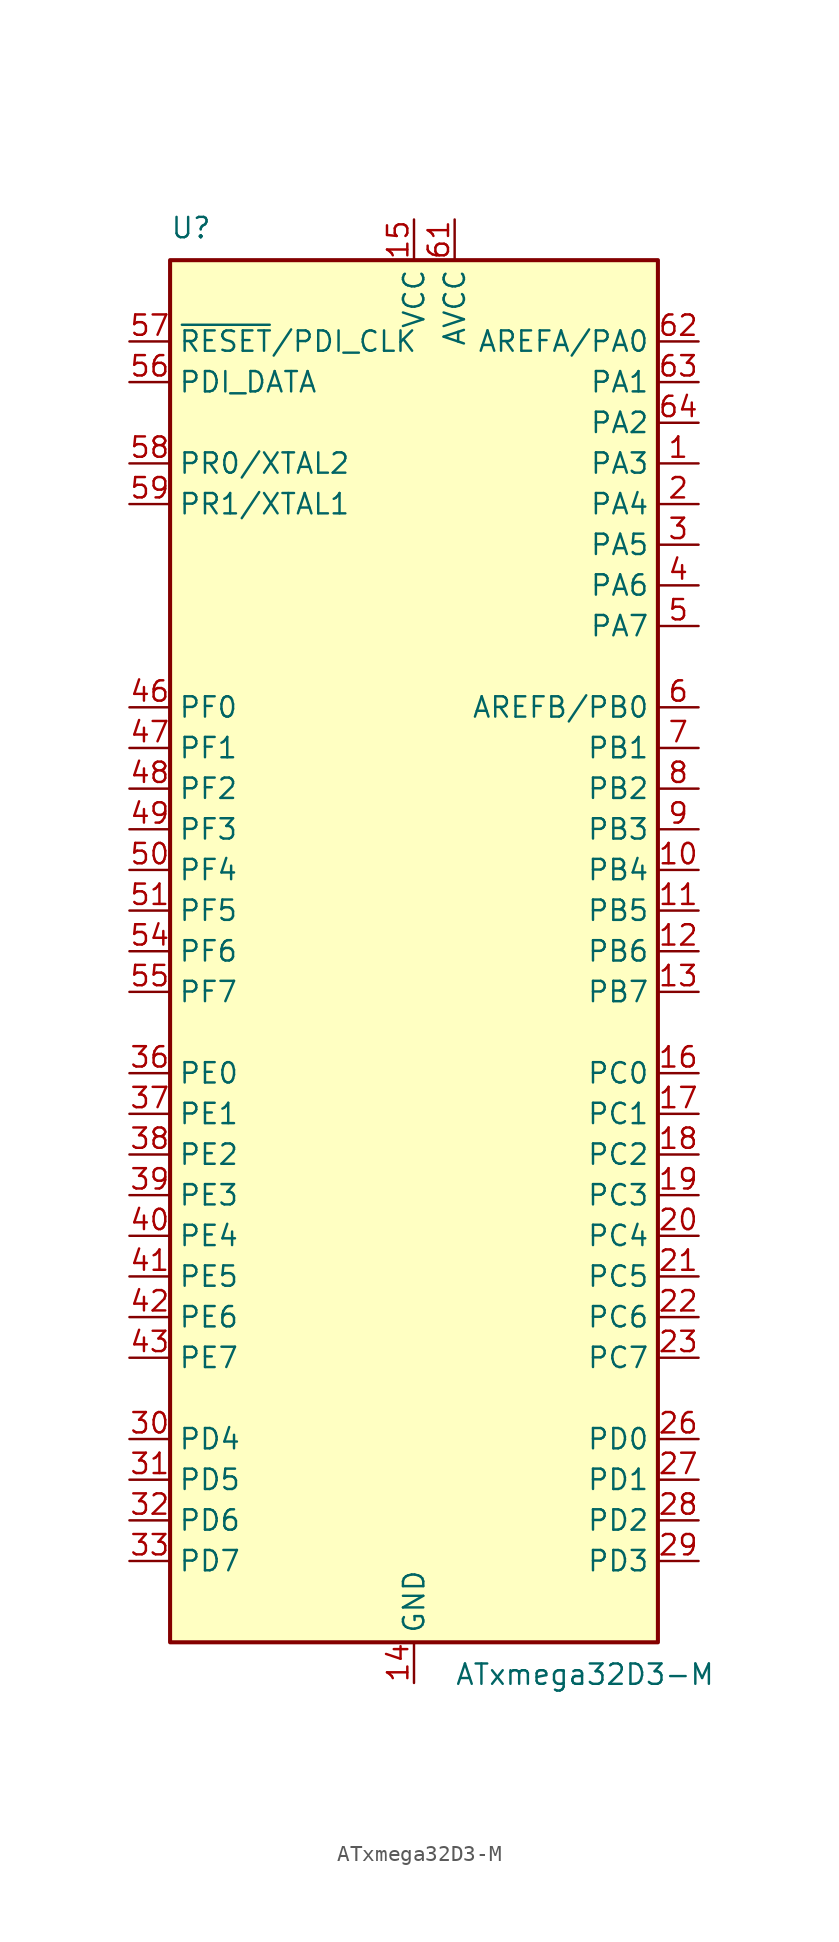
<source format=kicad_sym>
(kicad_symbol_lib
  (version 20201005)
  (generator kicad_symbol_editor)
  (symbol "MCU_Microchip_ATmega:ATxmega32D3-M"
    (property "Reference" "U"
      (at -15.24 44.45 0)
      (effects (font (size 1.27 1.27)) (justify left bottom)))
    (property "Value" "ATxmega32D3-M"
      (at 2.54 -44.45 0)
      (effects (font (size 1.27 1.27)) (justify left top)))
    (symbol "ATxmega32D3-M_0_1"
      (rectangle (start -15.24 -43.18) (end 15.24 43.18) (stroke (width 0.254)) (fill (type background))))
    (symbol "ATxmega32D3-M_1_1"
      (pin bidirectional line (at 17.78 30.48 180) (length 2.54) (name "PA3" (effects (font (size 1.27 1.27)))) (number "1" (effects (font (size 1.27 1.27)))))
      (pin bidirectional line (at 17.78 5.08 180) (length 2.54) (name "PB4" (effects (font (size 1.27 1.27)))) (number "10" (effects (font (size 1.27 1.27)))))
      (pin bidirectional line (at 17.78 2.54 180) (length 2.54) (name "PB5" (effects (font (size 1.27 1.27)))) (number "11" (effects (font (size 1.27 1.27)))))
      (pin bidirectional line (at 17.78 0 180) (length 2.54) (name "PB6" (effects (font (size 1.27 1.27)))) (number "12" (effects (font (size 1.27 1.27)))))
      (pin bidirectional line (at 17.78 -2.54 180) (length 2.54) (name "PB7" (effects (font (size 1.27 1.27)))) (number "13" (effects (font (size 1.27 1.27)))))
      (pin power_in line (at 0 -45.72 90) (length 2.54) (name "GND" (effects (font (size 1.27 1.27)))) (number "14" (effects (font (size 1.27 1.27)))))
      (pin power_in line (at 0 45.72 270) (length 2.54) (name "VCC" (effects (font (size 1.27 1.27)))) (number "15" (effects (font (size 1.27 1.27)))))
      (pin bidirectional line (at 17.78 -7.62 180) (length 2.54) (name "PC0" (effects (font (size 1.27 1.27)))) (number "16" (effects (font (size 1.27 1.27)))))
      (pin bidirectional line (at 17.78 -10.16 180) (length 2.54) (name "PC1" (effects (font (size 1.27 1.27)))) (number "17" (effects (font (size 1.27 1.27)))))
      (pin bidirectional line (at 17.78 -12.7 180) (length 2.54) (name "PC2" (effects (font (size 1.27 1.27)))) (number "18" (effects (font (size 1.27 1.27)))))
      (pin bidirectional line (at 17.78 -15.24 180) (length 2.54) (name "PC3" (effects (font (size 1.27 1.27)))) (number "19" (effects (font (size 1.27 1.27)))))
      (pin bidirectional line (at 17.78 27.94 180) (length 2.54) (name "PA4" (effects (font (size 1.27 1.27)))) (number "2" (effects (font (size 1.27 1.27)))))
      (pin bidirectional line (at 17.78 -17.78 180) (length 2.54) (name "PC4" (effects (font (size 1.27 1.27)))) (number "20" (effects (font (size 1.27 1.27)))))
      (pin bidirectional line (at 17.78 -20.32 180) (length 2.54) (name "PC5" (effects (font (size 1.27 1.27)))) (number "21" (effects (font (size 1.27 1.27)))))
      (pin bidirectional line (at 17.78 -22.86 180) (length 2.54) (name "PC6" (effects (font (size 1.27 1.27)))) (number "22" (effects (font (size 1.27 1.27)))))
      (pin bidirectional line (at 17.78 -25.4 180) (length 2.54) (name "PC7" (effects (font (size 1.27 1.27)))) (number "23" (effects (font (size 1.27 1.27)))))
      (pin passive line (at 0 -45.72 90) (length 2.54) hide (name "GND" (effects (font (size 1.27 1.27)))) (number "24" (effects (font (size 1.27 1.27)))))
      (pin passive line (at 0 45.72 270) (length 2.54) hide (name "VCC" (effects (font (size 1.27 1.27)))) (number "25" (effects (font (size 1.27 1.27)))))
      (pin bidirectional line (at 17.78 -30.48 180) (length 2.54) (name "PD0" (effects (font (size 1.27 1.27)))) (number "26" (effects (font (size 1.27 1.27)))))
      (pin bidirectional line (at 17.78 -33.02 180) (length 2.54) (name "PD1" (effects (font (size 1.27 1.27)))) (number "27" (effects (font (size 1.27 1.27)))))
      (pin bidirectional line (at 17.78 -35.56 180) (length 2.54) (name "PD2" (effects (font (size 1.27 1.27)))) (number "28" (effects (font (size 1.27 1.27)))))
      (pin bidirectional line (at 17.78 -38.1 180) (length 2.54) (name "PD3" (effects (font (size 1.27 1.27)))) (number "29" (effects (font (size 1.27 1.27)))))
      (pin bidirectional line (at 17.78 25.4 180) (length 2.54) (name "PA5" (effects (font (size 1.27 1.27)))) (number "3" (effects (font (size 1.27 1.27)))))
      (pin bidirectional line (at -17.78 -30.48 0) (length 2.54) (name "PD4" (effects (font (size 1.27 1.27)))) (number "30" (effects (font (size 1.27 1.27)))))
      (pin bidirectional line (at -17.78 -33.02 0) (length 2.54) (name "PD5" (effects (font (size 1.27 1.27)))) (number "31" (effects (font (size 1.27 1.27)))))
      (pin bidirectional line (at -17.78 -35.56 0) (length 2.54) (name "PD6" (effects (font (size 1.27 1.27)))) (number "32" (effects (font (size 1.27 1.27)))))
      (pin bidirectional line (at -17.78 -38.1 0) (length 2.54) (name "PD7" (effects (font (size 1.27 1.27)))) (number "33" (effects (font (size 1.27 1.27)))))
      (pin passive line (at 0 -45.72 90) (length 2.54) hide (name "GND" (effects (font (size 1.27 1.27)))) (number "34" (effects (font (size 1.27 1.27)))))
      (pin passive line (at 0 45.72 270) (length 2.54) hide (name "VCC" (effects (font (size 1.27 1.27)))) (number "35" (effects (font (size 1.27 1.27)))))
      (pin bidirectional line (at -17.78 -7.62 0) (length 2.54) (name "PE0" (effects (font (size 1.27 1.27)))) (number "36" (effects (font (size 1.27 1.27)))))
      (pin bidirectional line (at -17.78 -10.16 0) (length 2.54) (name "PE1" (effects (font (size 1.27 1.27)))) (number "37" (effects (font (size 1.27 1.27)))))
      (pin bidirectional line (at -17.78 -12.7 0) (length 2.54) (name "PE2" (effects (font (size 1.27 1.27)))) (number "38" (effects (font (size 1.27 1.27)))))
      (pin bidirectional line (at -17.78 -15.24 0) (length 2.54) (name "PE3" (effects (font (size 1.27 1.27)))) (number "39" (effects (font (size 1.27 1.27)))))
      (pin bidirectional line (at 17.78 22.86 180) (length 2.54) (name "PA6" (effects (font (size 1.27 1.27)))) (number "4" (effects (font (size 1.27 1.27)))))
      (pin bidirectional line (at -17.78 -17.78 0) (length 2.54) (name "PE4" (effects (font (size 1.27 1.27)))) (number "40" (effects (font (size 1.27 1.27)))))
      (pin bidirectional line (at -17.78 -20.32 0) (length 2.54) (name "PE5" (effects (font (size 1.27 1.27)))) (number "41" (effects (font (size 1.27 1.27)))))
      (pin bidirectional line (at -17.78 -22.86 0) (length 2.54) (name "PE6" (effects (font (size 1.27 1.27)))) (number "42" (effects (font (size 1.27 1.27)))))
      (pin bidirectional line (at -17.78 -25.4 0) (length 2.54) (name "PE7" (effects (font (size 1.27 1.27)))) (number "43" (effects (font (size 1.27 1.27)))))
      (pin passive line (at 0 -45.72 90) (length 2.54) hide (name "GND" (effects (font (size 1.27 1.27)))) (number "44" (effects (font (size 1.27 1.27)))))
      (pin passive line (at 0 45.72 270) (length 2.54) hide (name "VCC" (effects (font (size 1.27 1.27)))) (number "45" (effects (font (size 1.27 1.27)))))
      (pin bidirectional line (at -17.78 15.24 0) (length 2.54) (name "PF0" (effects (font (size 1.27 1.27)))) (number "46" (effects (font (size 1.27 1.27)))))
      (pin bidirectional line (at -17.78 12.7 0) (length 2.54) (name "PF1" (effects (font (size 1.27 1.27)))) (number "47" (effects (font (size 1.27 1.27)))))
      (pin bidirectional line (at -17.78 10.16 0) (length 2.54) (name "PF2" (effects (font (size 1.27 1.27)))) (number "48" (effects (font (size 1.27 1.27)))))
      (pin bidirectional line (at -17.78 7.62 0) (length 2.54) (name "PF3" (effects (font (size 1.27 1.27)))) (number "49" (effects (font (size 1.27 1.27)))))
      (pin bidirectional line (at 17.78 20.32 180) (length 2.54) (name "PA7" (effects (font (size 1.27 1.27)))) (number "5" (effects (font (size 1.27 1.27)))))
      (pin bidirectional line (at -17.78 5.08 0) (length 2.54) (name "PF4" (effects (font (size 1.27 1.27)))) (number "50" (effects (font (size 1.27 1.27)))))
      (pin bidirectional line (at -17.78 2.54 0) (length 2.54) (name "PF5" (effects (font (size 1.27 1.27)))) (number "51" (effects (font (size 1.27 1.27)))))
      (pin passive line (at 0 -45.72 90) (length 2.54) hide (name "GND" (effects (font (size 1.27 1.27)))) (number "52" (effects (font (size 1.27 1.27)))))
      (pin passive line (at 0 45.72 270) (length 2.54) hide (name "VCC" (effects (font (size 1.27 1.27)))) (number "53" (effects (font (size 1.27 1.27)))))
      (pin bidirectional line (at -17.78 0 0) (length 2.54) (name "PF6" (effects (font (size 1.27 1.27)))) (number "54" (effects (font (size 1.27 1.27)))))
      (pin bidirectional line (at -17.78 -2.54 0) (length 2.54) (name "PF7" (effects (font (size 1.27 1.27)))) (number "55" (effects (font (size 1.27 1.27)))))
      (pin bidirectional line (at -17.78 35.56 0) (length 2.54) (name "PDI_DATA" (effects (font (size 1.27 1.27)))) (number "56" (effects (font (size 1.27 1.27)))))
      (pin input line (at -17.78 38.1 0) (length 2.54) (name "~RESET~/PDI_CLK" (effects (font (size 1.27 1.27)))) (number "57" (effects (font (size 1.27 1.27)))))
      (pin bidirectional line (at -17.78 30.48 0) (length 2.54) (name "PR0/XTAL2" (effects (font (size 1.27 1.27)))) (number "58" (effects (font (size 1.27 1.27)))))
      (pin bidirectional line (at -17.78 27.94 0) (length 2.54) (name "PR1/XTAL1" (effects (font (size 1.27 1.27)))) (number "59" (effects (font (size 1.27 1.27)))))
      (pin bidirectional line (at 17.78 15.24 180) (length 2.54) (name "AREFB/PB0" (effects (font (size 1.27 1.27)))) (number "6" (effects (font (size 1.27 1.27)))))
      (pin passive line (at 0 -45.72 90) (length 2.54) hide (name "GND" (effects (font (size 1.27 1.27)))) (number "60" (effects (font (size 1.27 1.27)))))
      (pin power_in line (at 2.54 45.72 270) (length 2.54) (name "AVCC" (effects (font (size 1.27 1.27)))) (number "61" (effects (font (size 1.27 1.27)))))
      (pin bidirectional line (at 17.78 38.1 180) (length 2.54) (name "AREFA/PA0" (effects (font (size 1.27 1.27)))) (number "62" (effects (font (size 1.27 1.27)))))
      (pin bidirectional line (at 17.78 35.56 180) (length 2.54) (name "PA1" (effects (font (size 1.27 1.27)))) (number "63" (effects (font (size 1.27 1.27)))))
      (pin bidirectional line (at 17.78 33.02 180) (length 2.54) (name "PA2" (effects (font (size 1.27 1.27)))) (number "64" (effects (font (size 1.27 1.27)))))
      (pin passive line (at 0 -45.72 90) (length 2.54) hide (name "GND" (effects (font (size 1.27 1.27)))) (number "65" (effects (font (size 1.27 1.27)))))
      (pin bidirectional line (at 17.78 12.7 180) (length 2.54) (name "PB1" (effects (font (size 1.27 1.27)))) (number "7" (effects (font (size 1.27 1.27)))))
      (pin bidirectional line (at 17.78 10.16 180) (length 2.54) (name "PB2" (effects (font (size 1.27 1.27)))) (number "8" (effects (font (size 1.27 1.27)))))
      (pin bidirectional line (at 17.78 7.62 180) (length 2.54) (name "PB3" (effects (font (size 1.27 1.27)))) (number "9" (effects (font (size 1.27 1.27))))))))
</source>
